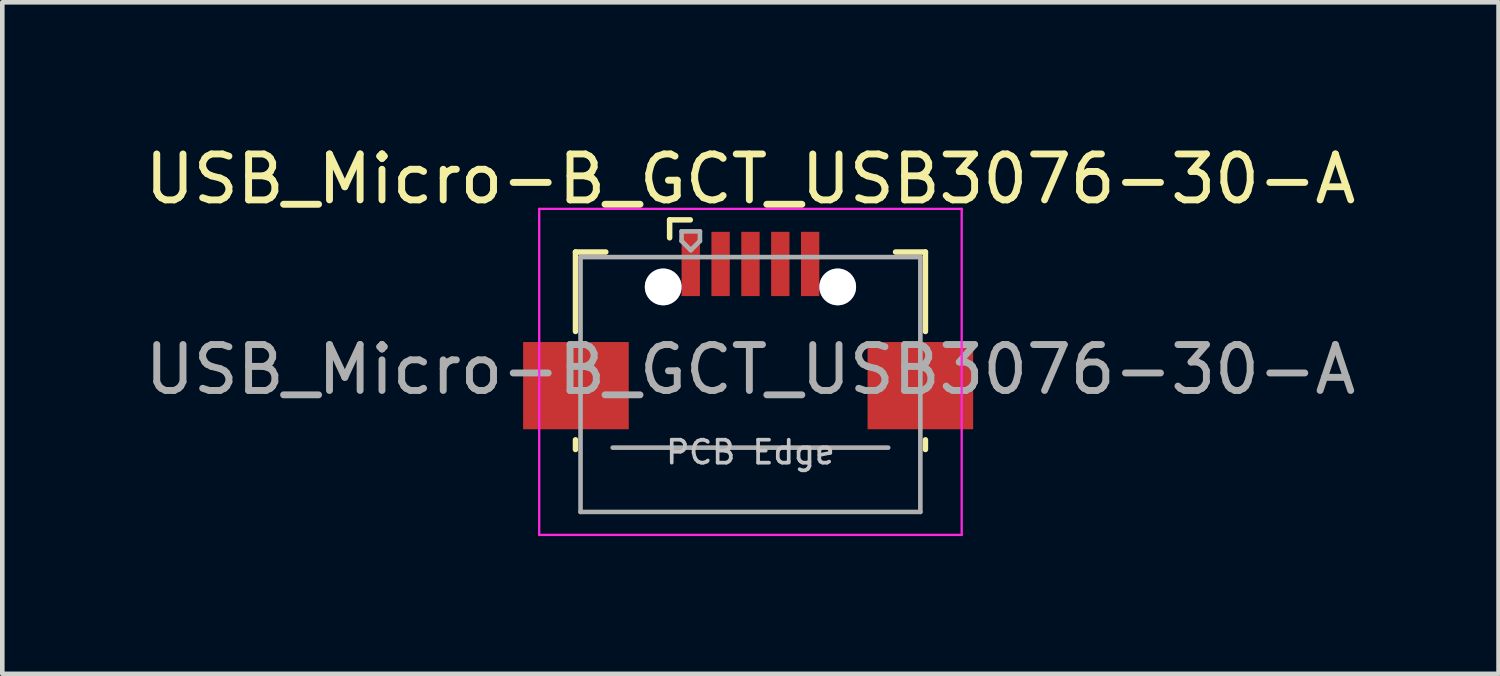
<source format=kicad_pcb>
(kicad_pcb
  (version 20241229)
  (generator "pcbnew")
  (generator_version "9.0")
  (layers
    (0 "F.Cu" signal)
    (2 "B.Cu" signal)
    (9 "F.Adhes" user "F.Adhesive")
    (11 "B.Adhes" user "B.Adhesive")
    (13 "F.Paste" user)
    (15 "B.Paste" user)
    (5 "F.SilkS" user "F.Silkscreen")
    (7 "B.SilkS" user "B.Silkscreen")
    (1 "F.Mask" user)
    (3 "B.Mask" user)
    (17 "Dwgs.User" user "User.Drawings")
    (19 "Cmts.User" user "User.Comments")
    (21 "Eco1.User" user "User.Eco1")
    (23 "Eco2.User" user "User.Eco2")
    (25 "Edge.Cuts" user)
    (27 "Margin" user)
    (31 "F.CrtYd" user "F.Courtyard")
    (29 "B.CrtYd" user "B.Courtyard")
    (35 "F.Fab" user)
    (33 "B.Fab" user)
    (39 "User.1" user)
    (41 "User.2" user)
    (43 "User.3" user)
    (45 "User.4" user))
  (footprint "USB_Micro-B_GCT_USB3076-30-A"
    (layer "F.Cu")
    (at 13.292 4.148)
    (property "Reference" "USB_Micro-B_GCT_USB3076-30-A" (at 0 -3.3 0) (layer "F.SilkS") (effects (font (size 1 1) (thickness 0.15))))
    (attr smd)
    (fp_line (start -3.81 -1.71) (end -3.15 -1.71) (stroke (width 0.12) (type solid)) (layer "F.SilkS"))
    (fp_line (start -3.81 0.02) (end -3.81 -1.71) (stroke (width 0.12) (type solid)) (layer "F.SilkS"))
    (fp_line (start -3.81 2.59) (end -3.81 2.38) (stroke (width 0.12) (type solid)) (layer "F.SilkS"))
    (fp_line (start -1.76 -2.41) (end -1.76 -2.02) (stroke (width 0.12) (type solid)) (layer "F.SilkS"))
    (fp_line (start -1.76 -2.41) (end -1.31 -2.41) (stroke (width 0.12) (type solid)) (layer "F.SilkS"))
    (fp_line (start 3.81 -1.71) (end 3.16 -1.71) (stroke (width 0.12) (type solid)) (layer "F.SilkS"))
    (fp_line (start 3.81 0.02) (end 3.81 -1.71) (stroke (width 0.12) (type solid)) (layer "F.SilkS"))
    (fp_line (start 3.81 2.59) (end 3.81 2.38) (stroke (width 0.12) (type solid)) (layer "F.SilkS"))
    (fp_line (start -4.6 -2.65) (end 4.6 -2.65) (stroke (width 0.05) (type solid)) (layer "F.CrtYd"))
    (fp_line (start -4.6 4.45) (end -4.6 -2.65) (stroke (width 0.05) (type solid)) (layer "F.CrtYd"))
    (fp_line (start -4.6 4.45) (end 4.6 4.45) (stroke (width 0.05) (type solid)) (layer "F.CrtYd"))
    (fp_line (start 4.6 -2.65) (end 4.6 4.45) (stroke (width 0.05) (type solid)) (layer "F.CrtYd"))
    (fp_line (start -3.7 -1.6) (end 3.7 -1.6) (stroke (width 0.1) (type solid)) (layer "F.Fab"))
    (fp_line (start -3.7 3.95) (end -3.7 -1.6) (stroke (width 0.1) (type solid)) (layer "F.Fab"))
    (fp_line (start -3.7 3.95) (end 3.7 3.95) (stroke (width 0.1) (type solid)) (layer "F.Fab"))
    (fp_line (start -3 2.55) (end 3 2.55) (stroke (width 0.1) (type solid)) (layer "F.Fab"))
    (fp_line (start -1.5 -2.16) (end -1.5 -1.95) (stroke (width 0.1) (type solid)) (layer "F.Fab"))
    (fp_line (start -1.5 -2.16) (end -1.1 -2.16) (stroke (width 0.1) (type solid)) (layer "F.Fab"))
    (fp_line (start -1.3 -1.75) (end -1.5 -1.95) (stroke (width 0.1) (type solid)) (layer "F.Fab"))
    (fp_line (start -1.1 -2.16) (end -1.1 -1.95) (stroke (width 0.1) (type solid)) (layer "F.Fab"))
    (fp_line (start -1.1 -1.95) (end -1.3 -1.75) (stroke (width 0.1) (type solid)) (layer "F.Fab"))
    (fp_line (start 3.7 3.95) (end 3.7 -1.6) (stroke (width 0.1) (type solid)) (layer "F.Fab"))
    (fp_text user "PCB Edge" (at 0 2.65 0) (layer "Dwgs.User") (effects (font (size 0.5 0.5) (thickness 0.08))))
    (fp_text user "${REFERENCE}" (at 0 0.85 0) (layer "F.Fab") (effects (font (size 1 1) (thickness 0.15))))
    (pad "" thru_hole circle (at -1.9 -0.95) (size 0.8 0.8) (drill 0.8) (layers "*.Cu" "*.Mask"))
    (pad "" thru_hole circle (at 1.9 -0.95) (size 0.8 0.8) (drill 0.8) (layers "*.Cu" "*.Mask"))
    (pad "1" smd rect (at -1.3 -1.45) (size 0.4 1.4) (layers "F.Cu" "F.Mask" "F.Paste"))
    (pad "2" smd rect (at -0.65 -1.45) (size 0.4 1.4) (layers "F.Cu" "F.Mask" "F.Paste"))
    (pad "3" smd rect (at 0 -1.45) (size 0.4 1.4) (layers "F.Cu" "F.Mask" "F.Paste"))
    (pad "4" smd rect (at 0.65 -1.45) (size 0.4 1.4) (layers "F.Cu" "F.Mask" "F.Paste"))
    (pad "5" smd rect (at 1.3 -1.45) (size 0.4 1.4) (layers "F.Cu" "F.Mask" "F.Paste"))
    (pad "6" smd rect (at -3.8 1.2) (size 2.3 1.9) (layers "F.Cu" "F.Mask" "F.Paste"))
    (pad "6" smd rect (at 3.7 1.2) (size 2.3 1.9) (layers "F.Cu" "F.Mask" "F.Paste")))
  (gr_rect
    (start -3 -3)
    (end 29.583 11.623)
    (stroke (width 0.1) (type default))
    (fill no)
    (layer "Edge.Cuts")))
</source>
